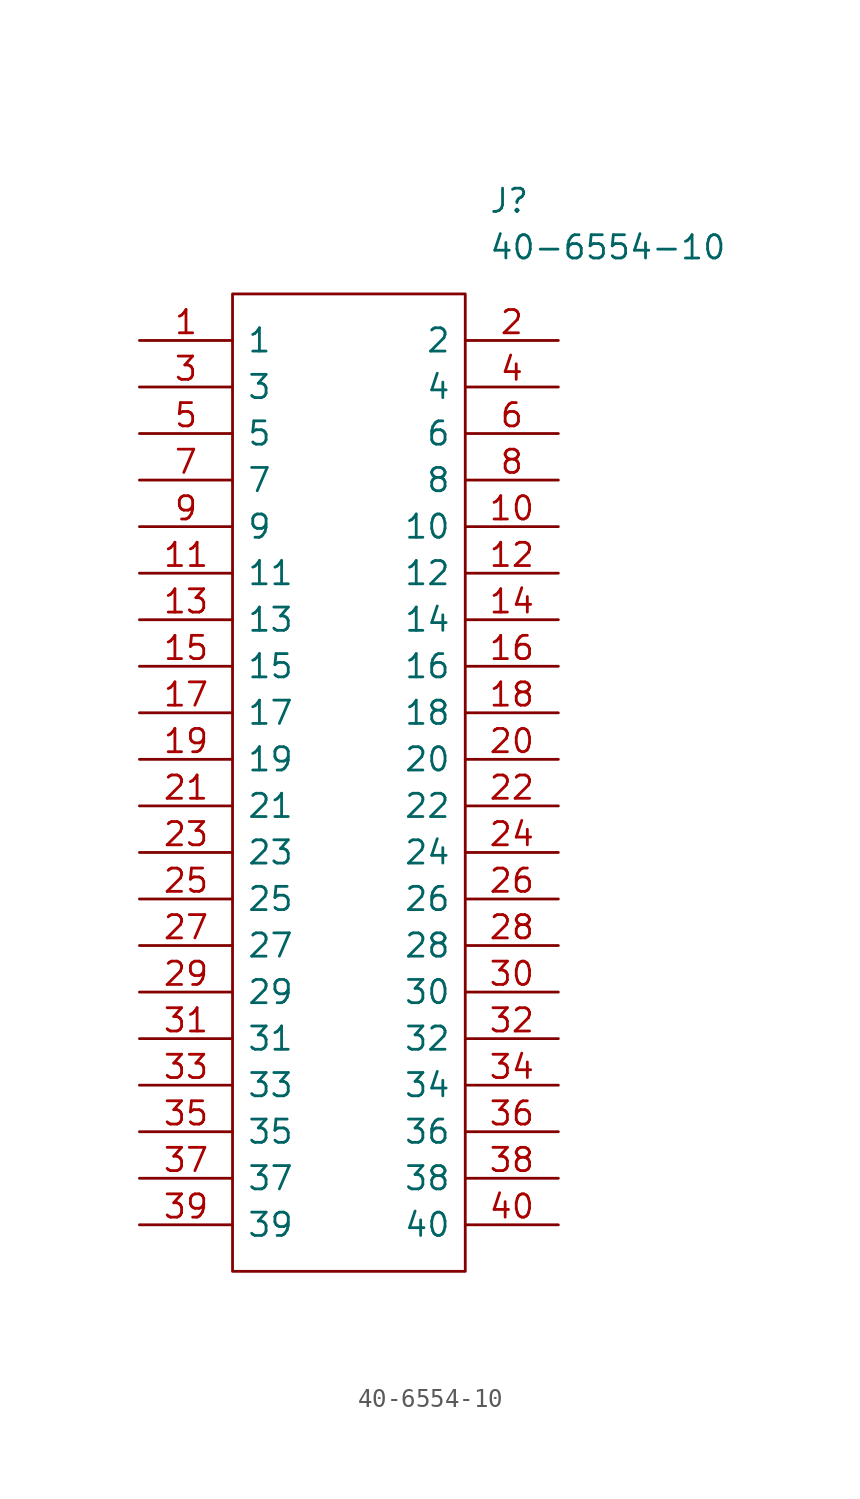
<source format=kicad_sym>
(kicad_symbol_lib
  (version 20211014)
  (generator kicad_symbol_editor)
  (symbol "40-6554-10"
    (pin_names
      (offset 0.762))
    (property "Reference" "J"
      (at 19.05 7.62 0)
      (effects (font (size 1.27 1.27)) (justify left)))
    (property "Value" "40-6554-10"
      (at 19.05 5.08 0)
      (effects (font (size 1.27 1.27)) (justify left)))
    (symbol "40-6554-10_0_0"
      (pin bidirectional line (at 0 0 0) (length 5.08) (name "1" (effects (font (size 1.27 1.27)))) (number "1" (effects (font (size 1.27 1.27)))))
      (pin bidirectional line (at 22.86 -10.16 180) (length 5.08) (name "10" (effects (font (size 1.27 1.27)))) (number "10" (effects (font (size 1.27 1.27)))))
      (pin bidirectional line (at 0 -12.7 0) (length 5.08) (name "11" (effects (font (size 1.27 1.27)))) (number "11" (effects (font (size 1.27 1.27)))))
      (pin bidirectional line (at 22.86 -12.7 180) (length 5.08) (name "12" (effects (font (size 1.27 1.27)))) (number "12" (effects (font (size 1.27 1.27)))))
      (pin bidirectional line (at 0 -15.24 0) (length 5.08) (name "13" (effects (font (size 1.27 1.27)))) (number "13" (effects (font (size 1.27 1.27)))))
      (pin bidirectional line (at 22.86 -15.24 180) (length 5.08) (name "14" (effects (font (size 1.27 1.27)))) (number "14" (effects (font (size 1.27 1.27)))))
      (pin bidirectional line (at 0 -17.78 0) (length 5.08) (name "15" (effects (font (size 1.27 1.27)))) (number "15" (effects (font (size 1.27 1.27)))))
      (pin bidirectional line (at 22.86 -17.78 180) (length 5.08) (name "16" (effects (font (size 1.27 1.27)))) (number "16" (effects (font (size 1.27 1.27)))))
      (pin bidirectional line (at 0 -20.32 0) (length 5.08) (name "17" (effects (font (size 1.27 1.27)))) (number "17" (effects (font (size 1.27 1.27)))))
      (pin bidirectional line (at 22.86 -20.32 180) (length 5.08) (name "18" (effects (font (size 1.27 1.27)))) (number "18" (effects (font (size 1.27 1.27)))))
      (pin bidirectional line (at 0 -22.86 0) (length 5.08) (name "19" (effects (font (size 1.27 1.27)))) (number "19" (effects (font (size 1.27 1.27)))))
      (pin bidirectional line (at 22.86 0 180) (length 5.08) (name "2" (effects (font (size 1.27 1.27)))) (number "2" (effects (font (size 1.27 1.27)))))
      (pin bidirectional line (at 22.86 -22.86 180) (length 5.08) (name "20" (effects (font (size 1.27 1.27)))) (number "20" (effects (font (size 1.27 1.27)))))
      (pin bidirectional line (at 0 -25.4 0) (length 5.08) (name "21" (effects (font (size 1.27 1.27)))) (number "21" (effects (font (size 1.27 1.27)))))
      (pin bidirectional line (at 22.86 -25.4 180) (length 5.08) (name "22" (effects (font (size 1.27 1.27)))) (number "22" (effects (font (size 1.27 1.27)))))
      (pin bidirectional line (at 0 -27.94 0) (length 5.08) (name "23" (effects (font (size 1.27 1.27)))) (number "23" (effects (font (size 1.27 1.27)))))
      (pin bidirectional line (at 22.86 -27.94 180) (length 5.08) (name "24" (effects (font (size 1.27 1.27)))) (number "24" (effects (font (size 1.27 1.27)))))
      (pin bidirectional line (at 0 -30.48 0) (length 5.08) (name "25" (effects (font (size 1.27 1.27)))) (number "25" (effects (font (size 1.27 1.27)))))
      (pin bidirectional line (at 22.86 -30.48 180) (length 5.08) (name "26" (effects (font (size 1.27 1.27)))) (number "26" (effects (font (size 1.27 1.27)))))
      (pin bidirectional line (at 0 -33.02 0) (length 5.08) (name "27" (effects (font (size 1.27 1.27)))) (number "27" (effects (font (size 1.27 1.27)))))
      (pin bidirectional line (at 22.86 -33.02 180) (length 5.08) (name "28" (effects (font (size 1.27 1.27)))) (number "28" (effects (font (size 1.27 1.27)))))
      (pin bidirectional line (at 0 -35.56 0) (length 5.08) (name "29" (effects (font (size 1.27 1.27)))) (number "29" (effects (font (size 1.27 1.27)))))
      (pin bidirectional line (at 0 -2.54 0) (length 5.08) (name "3" (effects (font (size 1.27 1.27)))) (number "3" (effects (font (size 1.27 1.27)))))
      (pin bidirectional line (at 22.86 -35.56 180) (length 5.08) (name "30" (effects (font (size 1.27 1.27)))) (number "30" (effects (font (size 1.27 1.27)))))
      (pin bidirectional line (at 0 -38.1 0) (length 5.08) (name "31" (effects (font (size 1.27 1.27)))) (number "31" (effects (font (size 1.27 1.27)))))
      (pin bidirectional line (at 22.86 -38.1 180) (length 5.08) (name "32" (effects (font (size 1.27 1.27)))) (number "32" (effects (font (size 1.27 1.27)))))
      (pin bidirectional line (at 0 -40.64 0) (length 5.08) (name "33" (effects (font (size 1.27 1.27)))) (number "33" (effects (font (size 1.27 1.27)))))
      (pin bidirectional line (at 22.86 -40.64 180) (length 5.08) (name "34" (effects (font (size 1.27 1.27)))) (number "34" (effects (font (size 1.27 1.27)))))
      (pin bidirectional line (at 0 -43.18 0) (length 5.08) (name "35" (effects (font (size 1.27 1.27)))) (number "35" (effects (font (size 1.27 1.27)))))
      (pin bidirectional line (at 22.86 -43.18 180) (length 5.08) (name "36" (effects (font (size 1.27 1.27)))) (number "36" (effects (font (size 1.27 1.27)))))
      (pin bidirectional line (at 0 -45.72 0) (length 5.08) (name "37" (effects (font (size 1.27 1.27)))) (number "37" (effects (font (size 1.27 1.27)))))
      (pin bidirectional line (at 22.86 -45.72 180) (length 5.08) (name "38" (effects (font (size 1.27 1.27)))) (number "38" (effects (font (size 1.27 1.27)))))
      (pin bidirectional line (at 0 -48.26 0) (length 5.08) (name "39" (effects (font (size 1.27 1.27)))) (number "39" (effects (font (size 1.27 1.27)))))
      (pin bidirectional line (at 22.86 -2.54 180) (length 5.08) (name "4" (effects (font (size 1.27 1.27)))) (number "4" (effects (font (size 1.27 1.27)))))
      (pin bidirectional line (at 22.86 -48.26 180) (length 5.08) (name "40" (effects (font (size 1.27 1.27)))) (number "40" (effects (font (size 1.27 1.27)))))
      (pin bidirectional line (at 0 -5.08 0) (length 5.08) (name "5" (effects (font (size 1.27 1.27)))) (number "5" (effects (font (size 1.27 1.27)))))
      (pin bidirectional line (at 22.86 -5.08 180) (length 5.08) (name "6" (effects (font (size 1.27 1.27)))) (number "6" (effects (font (size 1.27 1.27)))))
      (pin bidirectional line (at 0 -7.62 0) (length 5.08) (name "7" (effects (font (size 1.27 1.27)))) (number "7" (effects (font (size 1.27 1.27)))))
      (pin bidirectional line (at 22.86 -7.62 180) (length 5.08) (name "8" (effects (font (size 1.27 1.27)))) (number "8" (effects (font (size 1.27 1.27)))))
      (pin bidirectional line (at 0 -10.16 0) (length 5.08) (name "9" (effects (font (size 1.27 1.27)))) (number "9" (effects (font (size 1.27 1.27))))))
    (symbol "40-6554-10_0_1"
      (polyline (pts (xy 5.08 2.54) (xy 17.78 2.54) (xy 17.78 -50.8) (xy 5.08 -50.8) (xy 5.08 2.54)) (stroke (width 0.152) (type default) (color 0 0 0 0)) (fill (type none))))))
</source>
